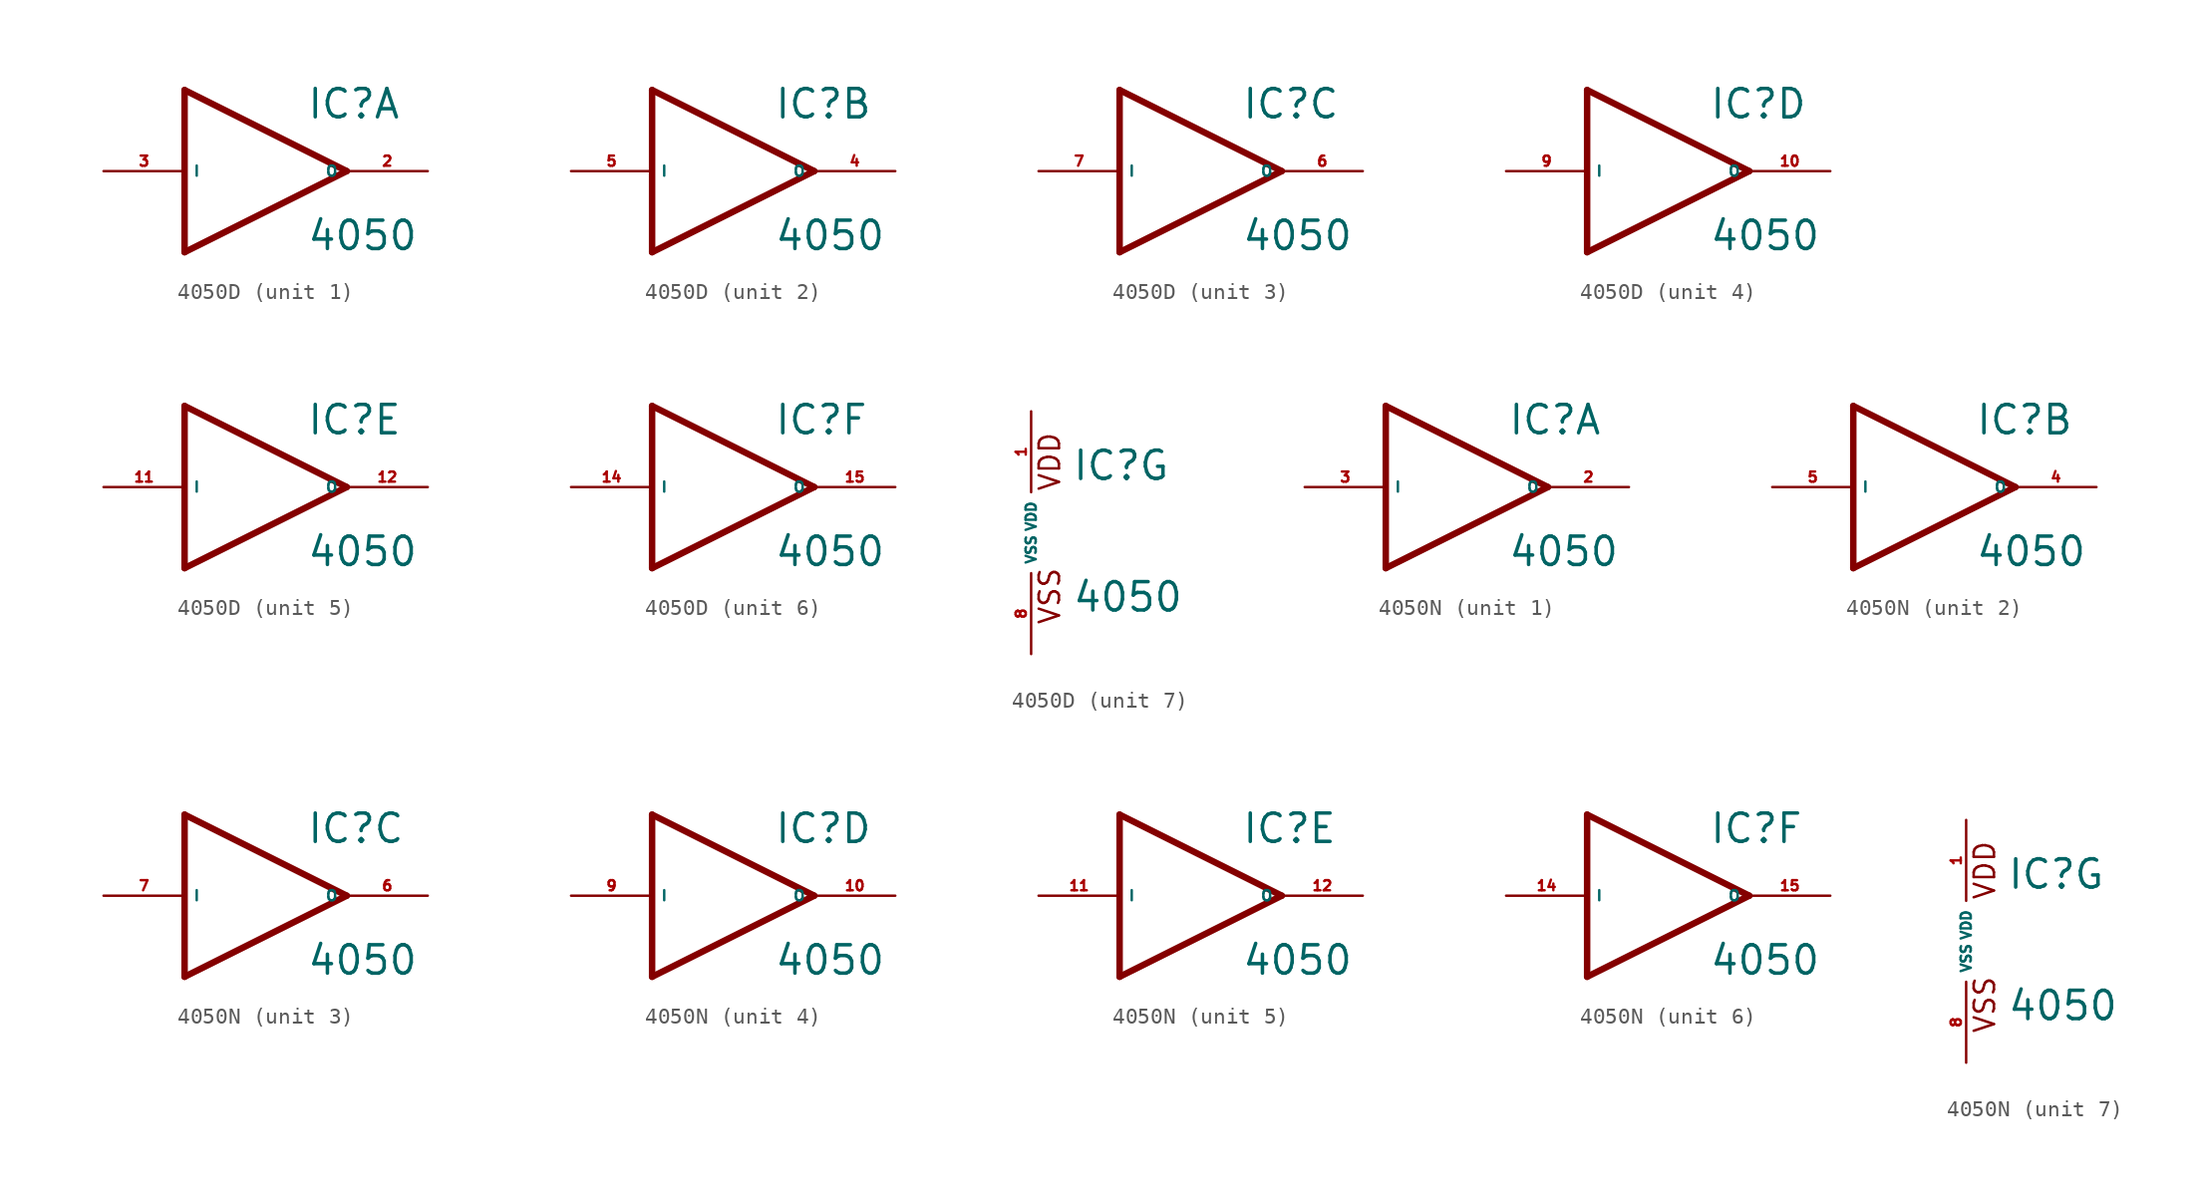
<source format=kicad_sym>
(kicad_symbol_lib
  (version 20220914)
  (generator Eagle2Kicad)
  (symbol "4050D"
    (property "Reference" "IC"
      (at 2.54 3.175 0)
      (effects (font (size 1.778 1.778) (thickness 0.22)) (justify left bottom)))
    (property "Value" "4050"
      (at 2.54 -5.08 0)
      (effects (font (size 1.778 1.778) (thickness 0.22)) (justify left bottom)))
    (symbol "4050D_1_0"
      (polyline (pts (xy -5.08 -5.08) (xy 5.08 0)) (stroke (width 0.406) (type default)) (fill (type none)))
      (polyline (pts (xy 5.08 0) (xy -5.08 5.08)) (stroke (width 0.406) (type default)) (fill (type none)))
      (polyline (pts (xy -5.08 5.08) (xy -5.08 -5.08)) (stroke (width 0.406) (type default)) (fill (type none)))
      (pin output line (at 10.16 0 180) (length 5.08) (name "O" (effects (font (size 0.635 0.635) (thickness 0.08)) (justify left bottom))) (number "2" (effects (font (size 0.635 0.635) (thickness 0.08)) (justify left bottom))))
      (pin input line (at -10.16 0 0) (length 5.08) (name "I" (effects (font (size 0.635 0.635) (thickness 0.08)) (justify left bottom))) (number "3" (effects (font (size 0.635 0.635) (thickness 0.08)) (justify left bottom)))))
    (symbol "4050D_2_0"
      (polyline (pts (xy -5.08 -5.08) (xy 5.08 0)) (stroke (width 0.406) (type default)) (fill (type none)))
      (polyline (pts (xy 5.08 0) (xy -5.08 5.08)) (stroke (width 0.406) (type default)) (fill (type none)))
      (polyline (pts (xy -5.08 5.08) (xy -5.08 -5.08)) (stroke (width 0.406) (type default)) (fill (type none)))
      (pin output line (at 10.16 0 180) (length 5.08) (name "O" (effects (font (size 0.635 0.635) (thickness 0.08)) (justify left bottom))) (number "4" (effects (font (size 0.635 0.635) (thickness 0.08)) (justify left bottom))))
      (pin input line (at -10.16 0 0) (length 5.08) (name "I" (effects (font (size 0.635 0.635) (thickness 0.08)) (justify left bottom))) (number "5" (effects (font (size 0.635 0.635) (thickness 0.08)) (justify left bottom)))))
    (symbol "4050D_3_0"
      (polyline (pts (xy -5.08 -5.08) (xy 5.08 0)) (stroke (width 0.406) (type default)) (fill (type none)))
      (polyline (pts (xy 5.08 0) (xy -5.08 5.08)) (stroke (width 0.406) (type default)) (fill (type none)))
      (polyline (pts (xy -5.08 5.08) (xy -5.08 -5.08)) (stroke (width 0.406) (type default)) (fill (type none)))
      (pin output line (at 10.16 0 180) (length 5.08) (name "O" (effects (font (size 0.635 0.635) (thickness 0.08)) (justify left bottom))) (number "6" (effects (font (size 0.635 0.635) (thickness 0.08)) (justify left bottom))))
      (pin input line (at -10.16 0 0) (length 5.08) (name "I" (effects (font (size 0.635 0.635) (thickness 0.08)) (justify left bottom))) (number "7" (effects (font (size 0.635 0.635) (thickness 0.08)) (justify left bottom)))))
    (symbol "4050D_4_0"
      (polyline (pts (xy -5.08 -5.08) (xy 5.08 0)) (stroke (width 0.406) (type default)) (fill (type none)))
      (polyline (pts (xy 5.08 0) (xy -5.08 5.08)) (stroke (width 0.406) (type default)) (fill (type none)))
      (polyline (pts (xy -5.08 5.08) (xy -5.08 -5.08)) (stroke (width 0.406) (type default)) (fill (type none)))
      (pin output line (at 10.16 0 180) (length 5.08) (name "O" (effects (font (size 0.635 0.635) (thickness 0.08)) (justify left bottom))) (number "10" (effects (font (size 0.635 0.635) (thickness 0.08)) (justify left bottom))))
      (pin input line (at -10.16 0 0) (length 5.08) (name "I" (effects (font (size 0.635 0.635) (thickness 0.08)) (justify left bottom))) (number "9" (effects (font (size 0.635 0.635) (thickness 0.08)) (justify left bottom)))))
    (symbol "4050D_5_0"
      (polyline (pts (xy -5.08 -5.08) (xy 5.08 0)) (stroke (width 0.406) (type default)) (fill (type none)))
      (polyline (pts (xy 5.08 0) (xy -5.08 5.08)) (stroke (width 0.406) (type default)) (fill (type none)))
      (polyline (pts (xy -5.08 5.08) (xy -5.08 -5.08)) (stroke (width 0.406) (type default)) (fill (type none)))
      (pin output line (at 10.16 0 180) (length 5.08) (name "O" (effects (font (size 0.635 0.635) (thickness 0.08)) (justify left bottom))) (number "12" (effects (font (size 0.635 0.635) (thickness 0.08)) (justify left bottom))))
      (pin input line (at -10.16 0 0) (length 5.08) (name "I" (effects (font (size 0.635 0.635) (thickness 0.08)) (justify left bottom))) (number "11" (effects (font (size 0.635 0.635) (thickness 0.08)) (justify left bottom)))))
    (symbol "4050D_6_0"
      (polyline (pts (xy -5.08 -5.08) (xy 5.08 0)) (stroke (width 0.406) (type default)) (fill (type none)))
      (polyline (pts (xy 5.08 0) (xy -5.08 5.08)) (stroke (width 0.406) (type default)) (fill (type none)))
      (polyline (pts (xy -5.08 5.08) (xy -5.08 -5.08)) (stroke (width 0.406) (type default)) (fill (type none)))
      (pin output line (at 10.16 0 180) (length 5.08) (name "O" (effects (font (size 0.635 0.635) (thickness 0.08)) (justify left bottom))) (number "15" (effects (font (size 0.635 0.635) (thickness 0.08)) (justify left bottom))))
      (pin input line (at -10.16 0 0) (length 5.08) (name "I" (effects (font (size 0.635 0.635) (thickness 0.08)) (justify left bottom))) (number "14" (effects (font (size 0.635 0.635) (thickness 0.08)) (justify left bottom)))))
    (symbol "4050D_7_0"
      (text "VDD" (at 1.905 2.54 900) (effects (font (size 1.27 1.27) (thickness 0.16)) (justify left bottom)))
      (text "VSS" (at 1.905 -5.842 900) (effects (font (size 1.27 1.27) (thickness 0.16)) (justify left bottom)))
      (pin unspecified line (at 0 -7.62 90) (length 5.08) (name "VSS" (effects (font (size 0.635 0.635) (thickness 0.08)) (justify left bottom))) (number "8" (effects (font (size 0.635 0.635) (thickness 0.08)) (justify left bottom))))
      (pin unspecified line (at 0 7.62 270) (length 5.08) (name "VDD" (effects (font (size 0.635 0.635) (thickness 0.08)) (justify left bottom))) (number "1" (effects (font (size 0.635 0.635) (thickness 0.08)) (justify left bottom))))))
  (symbol "4050N"
    (property "Reference" "IC"
      (at 2.54 3.175 0)
      (effects (font (size 1.778 1.778) (thickness 0.22)) (justify left bottom)))
    (property "Value" "4050"
      (at 2.54 -5.08 0)
      (effects (font (size 1.778 1.778) (thickness 0.22)) (justify left bottom)))
    (symbol "4050N_1_0"
      (polyline (pts (xy -5.08 -5.08) (xy 5.08 0)) (stroke (width 0.406) (type default)) (fill (type none)))
      (polyline (pts (xy 5.08 0) (xy -5.08 5.08)) (stroke (width 0.406) (type default)) (fill (type none)))
      (polyline (pts (xy -5.08 5.08) (xy -5.08 -5.08)) (stroke (width 0.406) (type default)) (fill (type none)))
      (pin output line (at 10.16 0 180) (length 5.08) (name "O" (effects (font (size 0.635 0.635) (thickness 0.08)) (justify left bottom))) (number "2" (effects (font (size 0.635 0.635) (thickness 0.08)) (justify left bottom))))
      (pin input line (at -10.16 0 0) (length 5.08) (name "I" (effects (font (size 0.635 0.635) (thickness 0.08)) (justify left bottom))) (number "3" (effects (font (size 0.635 0.635) (thickness 0.08)) (justify left bottom)))))
    (symbol "4050N_2_0"
      (polyline (pts (xy -5.08 -5.08) (xy 5.08 0)) (stroke (width 0.406) (type default)) (fill (type none)))
      (polyline (pts (xy 5.08 0) (xy -5.08 5.08)) (stroke (width 0.406) (type default)) (fill (type none)))
      (polyline (pts (xy -5.08 5.08) (xy -5.08 -5.08)) (stroke (width 0.406) (type default)) (fill (type none)))
      (pin output line (at 10.16 0 180) (length 5.08) (name "O" (effects (font (size 0.635 0.635) (thickness 0.08)) (justify left bottom))) (number "4" (effects (font (size 0.635 0.635) (thickness 0.08)) (justify left bottom))))
      (pin input line (at -10.16 0 0) (length 5.08) (name "I" (effects (font (size 0.635 0.635) (thickness 0.08)) (justify left bottom))) (number "5" (effects (font (size 0.635 0.635) (thickness 0.08)) (justify left bottom)))))
    (symbol "4050N_3_0"
      (polyline (pts (xy -5.08 -5.08) (xy 5.08 0)) (stroke (width 0.406) (type default)) (fill (type none)))
      (polyline (pts (xy 5.08 0) (xy -5.08 5.08)) (stroke (width 0.406) (type default)) (fill (type none)))
      (polyline (pts (xy -5.08 5.08) (xy -5.08 -5.08)) (stroke (width 0.406) (type default)) (fill (type none)))
      (pin output line (at 10.16 0 180) (length 5.08) (name "O" (effects (font (size 0.635 0.635) (thickness 0.08)) (justify left bottom))) (number "6" (effects (font (size 0.635 0.635) (thickness 0.08)) (justify left bottom))))
      (pin input line (at -10.16 0 0) (length 5.08) (name "I" (effects (font (size 0.635 0.635) (thickness 0.08)) (justify left bottom))) (number "7" (effects (font (size 0.635 0.635) (thickness 0.08)) (justify left bottom)))))
    (symbol "4050N_4_0"
      (polyline (pts (xy -5.08 -5.08) (xy 5.08 0)) (stroke (width 0.406) (type default)) (fill (type none)))
      (polyline (pts (xy 5.08 0) (xy -5.08 5.08)) (stroke (width 0.406) (type default)) (fill (type none)))
      (polyline (pts (xy -5.08 5.08) (xy -5.08 -5.08)) (stroke (width 0.406) (type default)) (fill (type none)))
      (pin output line (at 10.16 0 180) (length 5.08) (name "O" (effects (font (size 0.635 0.635) (thickness 0.08)) (justify left bottom))) (number "10" (effects (font (size 0.635 0.635) (thickness 0.08)) (justify left bottom))))
      (pin input line (at -10.16 0 0) (length 5.08) (name "I" (effects (font (size 0.635 0.635) (thickness 0.08)) (justify left bottom))) (number "9" (effects (font (size 0.635 0.635) (thickness 0.08)) (justify left bottom)))))
    (symbol "4050N_5_0"
      (polyline (pts (xy -5.08 -5.08) (xy 5.08 0)) (stroke (width 0.406) (type default)) (fill (type none)))
      (polyline (pts (xy 5.08 0) (xy -5.08 5.08)) (stroke (width 0.406) (type default)) (fill (type none)))
      (polyline (pts (xy -5.08 5.08) (xy -5.08 -5.08)) (stroke (width 0.406) (type default)) (fill (type none)))
      (pin output line (at 10.16 0 180) (length 5.08) (name "O" (effects (font (size 0.635 0.635) (thickness 0.08)) (justify left bottom))) (number "12" (effects (font (size 0.635 0.635) (thickness 0.08)) (justify left bottom))))
      (pin input line (at -10.16 0 0) (length 5.08) (name "I" (effects (font (size 0.635 0.635) (thickness 0.08)) (justify left bottom))) (number "11" (effects (font (size 0.635 0.635) (thickness 0.08)) (justify left bottom)))))
    (symbol "4050N_6_0"
      (polyline (pts (xy -5.08 -5.08) (xy 5.08 0)) (stroke (width 0.406) (type default)) (fill (type none)))
      (polyline (pts (xy 5.08 0) (xy -5.08 5.08)) (stroke (width 0.406) (type default)) (fill (type none)))
      (polyline (pts (xy -5.08 5.08) (xy -5.08 -5.08)) (stroke (width 0.406) (type default)) (fill (type none)))
      (pin output line (at 10.16 0 180) (length 5.08) (name "O" (effects (font (size 0.635 0.635) (thickness 0.08)) (justify left bottom))) (number "15" (effects (font (size 0.635 0.635) (thickness 0.08)) (justify left bottom))))
      (pin input line (at -10.16 0 0) (length 5.08) (name "I" (effects (font (size 0.635 0.635) (thickness 0.08)) (justify left bottom))) (number "14" (effects (font (size 0.635 0.635) (thickness 0.08)) (justify left bottom)))))
    (symbol "4050N_7_0"
      (text "VDD" (at 1.905 2.54 900) (effects (font (size 1.27 1.27) (thickness 0.16)) (justify left bottom)))
      (text "VSS" (at 1.905 -5.842 900) (effects (font (size 1.27 1.27) (thickness 0.16)) (justify left bottom)))
      (pin unspecified line (at 0 -7.62 90) (length 5.08) (name "VSS" (effects (font (size 0.635 0.635) (thickness 0.08)) (justify left bottom))) (number "8" (effects (font (size 0.635 0.635) (thickness 0.08)) (justify left bottom))))
      (pin unspecified line (at 0 7.62 270) (length 5.08) (name "VDD" (effects (font (size 0.635 0.635) (thickness 0.08)) (justify left bottom))) (number "1" (effects (font (size 0.635 0.635) (thickness 0.08)) (justify left bottom)))))))
</source>
